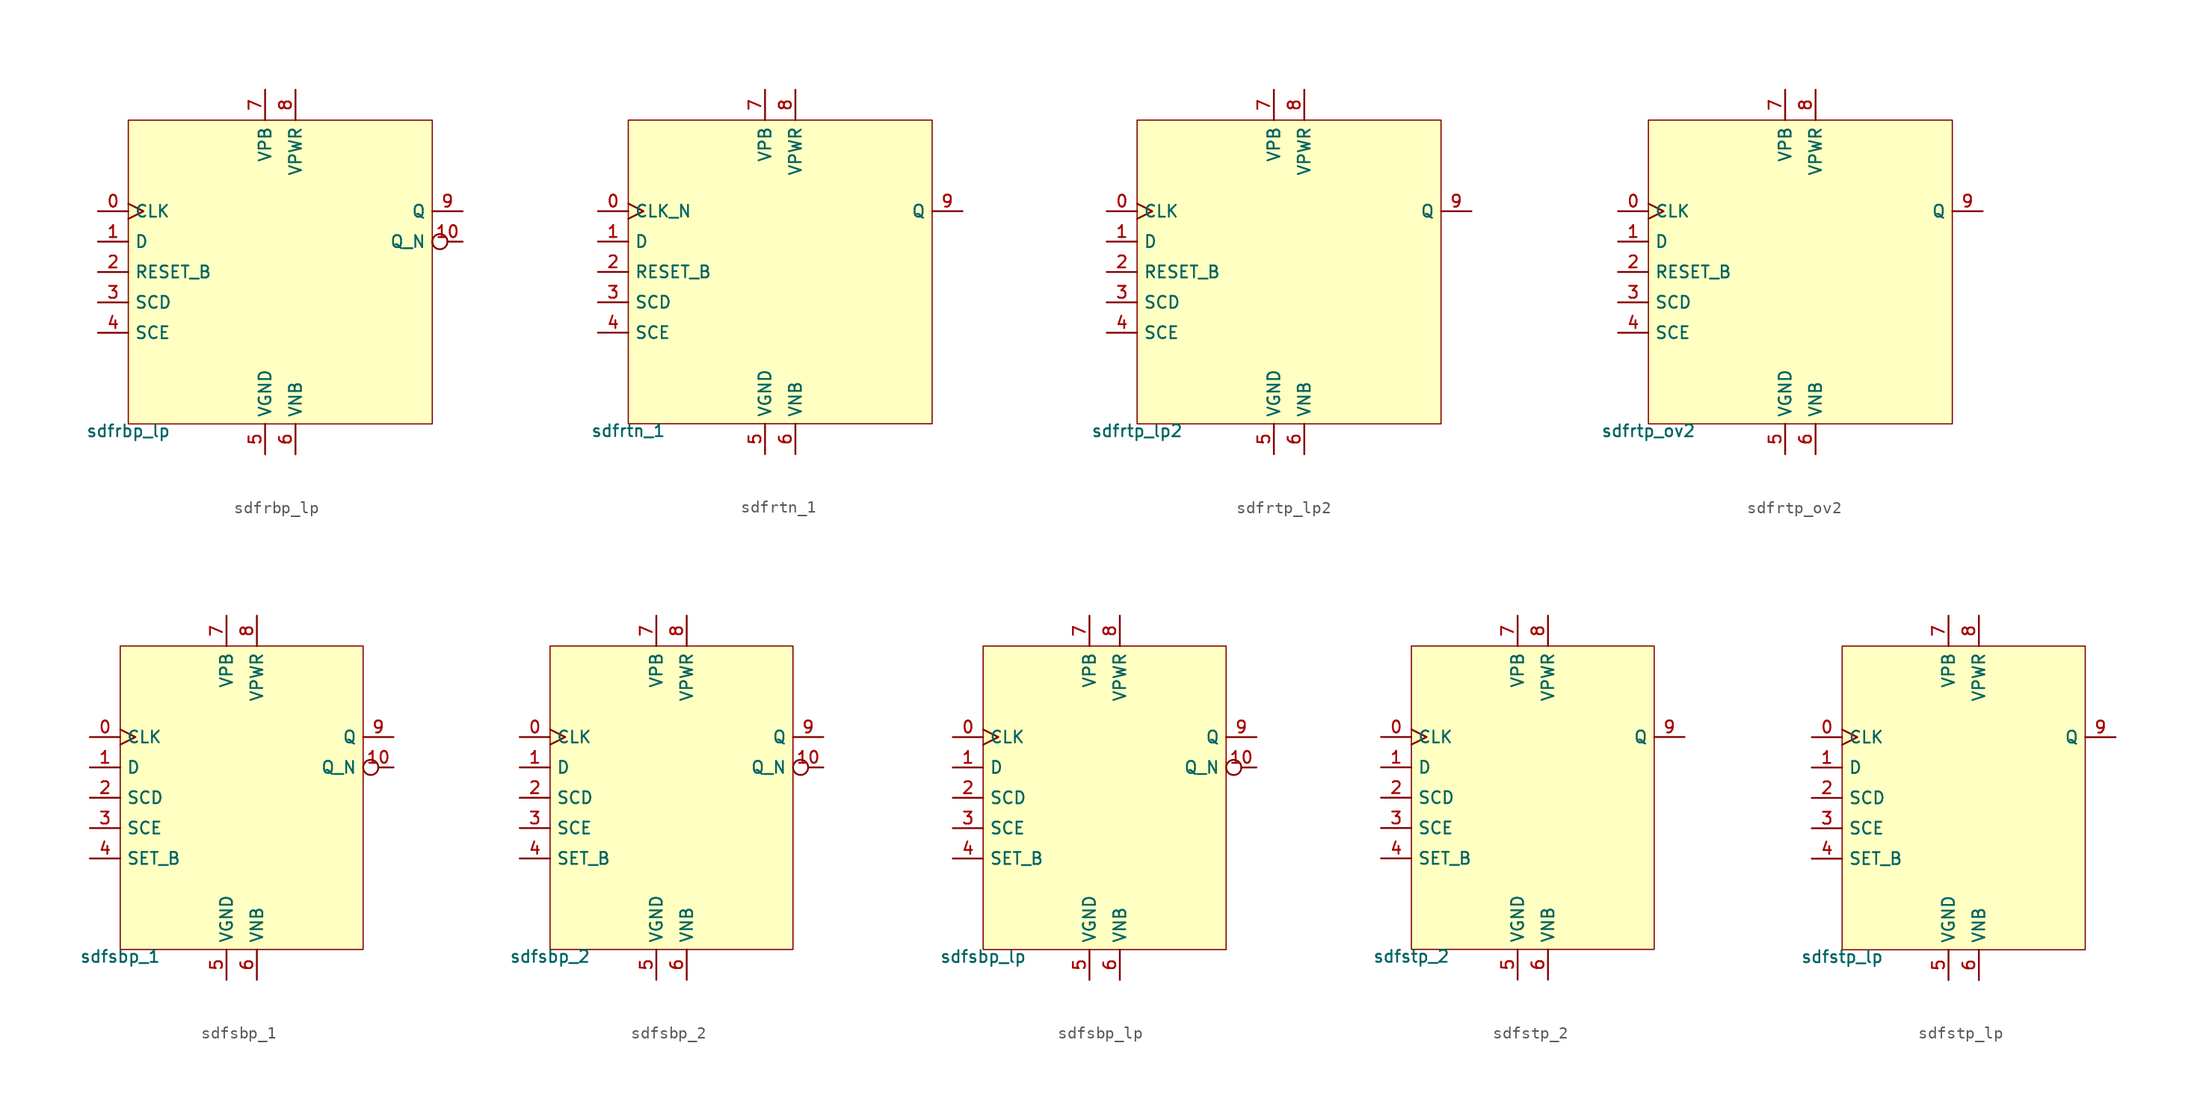
<source format=kicad_sym>
(kicad_symbol_lib
  (version 20211014)
  (generator pdk2kicad)
  (symbol "sdfrbp_lp"
    (property "Reference" "X"
      (at 0 0 0)
      (effects (font (size 1 1)) hide))
    (property "Value" "sdfrbp_lp"
      (at -12.7 -12.7 0)
      (effects (font (size 1 1)) (justify top)))
    (rectangle
      (start -12.7 -12.7)
      (end 12.7 12.7)
      (stroke (width 0.1) (type solid) (color 0 0 0 0))
      (fill (type background)))
    (pin input clock
      (at -15.24 5.08 0)
      (length 2.54)
      (name "CLK" (effects (font (size 1 1)) hide))
      (number "0" (effects (font (size 1 1)) hide)))
    (pin input line
      (at -15.24 2.54 0)
      (length 2.54)
      (name "D" (effects (font (size 1 1)) hide))
      (number "1" (effects (font (size 1 1)) hide)))
    (pin input line
      (at -15.24 -8.881784197001252e-16 0)
      (length 2.54)
      (name "RESET_B" (effects (font (size 1 1)) hide))
      (number "2" (effects (font (size 1 1)) hide)))
    (pin input line
      (at -15.24 -2.54 0)
      (length 2.54)
      (name "SCD" (effects (font (size 1 1)) hide))
      (number "3" (effects (font (size 1 1)) hide)))
    (pin input line
      (at -15.24 -5.08 0)
      (length 2.54)
      (name "SCE" (effects (font (size 1 1)) hide))
      (number "4" (effects (font (size 1 1)) hide)))
    (pin power_in line
      (at -1.27 -15.24 90)
      (length 2.54)
      (name "VGND" (effects (font (size 1 1)) hide))
      (number "5" (effects (font (size 1 1)) hide)))
    (pin power_in line
      (at 1.27 -15.24 90)
      (length 2.54)
      (name "VNB" (effects (font (size 1 1)) hide))
      (number "6" (effects (font (size 1 1)) hide)))
    (pin power_in line
      (at -1.27 15.24 270)
      (length 2.54)
      (name "VPB" (effects (font (size 1 1)) hide))
      (number "7" (effects (font (size 1 1)) hide)))
    (pin power_in line
      (at 1.27 15.24 270)
      (length 2.54)
      (name "VPWR" (effects (font (size 1 1)) hide))
      (number "8" (effects (font (size 1 1)) hide)))
    (pin output line
      (at 15.24 5.08 180)
      (length 2.54)
      (name "Q" (effects (font (size 1 1)) hide))
      (number "9" (effects (font (size 1 1)) hide)))
    (pin output inverted
      (at 15.24 2.54 180)
      (length 2.54)
      (name "Q_N" (effects (font (size 1 1)) hide))
      (number "10" (effects (font (size 1 1)) hide))))
  (symbol "sdfrtn_1"
    (property "Reference" "X"
      (at 0 0 0)
      (effects (font (size 1 1)) hide))
    (property "Value" "sdfrtn_1"
      (at -12.7 -12.7 0)
      (effects (font (size 1 1)) (justify top)))
    (rectangle
      (start -12.7 -12.7)
      (end 12.7 12.7)
      (stroke (width 0.1) (type solid) (color 0 0 0 0))
      (fill (type background)))
    (pin input clock
      (at -15.24 5.08 0)
      (length 2.54)
      (name "CLK_N" (effects (font (size 1 1)) hide))
      (number "0" (effects (font (size 1 1)) hide)))
    (pin input line
      (at -15.24 2.54 0)
      (length 2.54)
      (name "D" (effects (font (size 1 1)) hide))
      (number "1" (effects (font (size 1 1)) hide)))
    (pin input line
      (at -15.24 -8.881784197001252e-16 0)
      (length 2.54)
      (name "RESET_B" (effects (font (size 1 1)) hide))
      (number "2" (effects (font (size 1 1)) hide)))
    (pin input line
      (at -15.24 -2.54 0)
      (length 2.54)
      (name "SCD" (effects (font (size 1 1)) hide))
      (number "3" (effects (font (size 1 1)) hide)))
    (pin input line
      (at -15.24 -5.08 0)
      (length 2.54)
      (name "SCE" (effects (font (size 1 1)) hide))
      (number "4" (effects (font (size 1 1)) hide)))
    (pin power_in line
      (at -1.27 -15.24 90)
      (length 2.54)
      (name "VGND" (effects (font (size 1 1)) hide))
      (number "5" (effects (font (size 1 1)) hide)))
    (pin power_in line
      (at 1.27 -15.24 90)
      (length 2.54)
      (name "VNB" (effects (font (size 1 1)) hide))
      (number "6" (effects (font (size 1 1)) hide)))
    (pin power_in line
      (at -1.27 15.24 270)
      (length 2.54)
      (name "VPB" (effects (font (size 1 1)) hide))
      (number "7" (effects (font (size 1 1)) hide)))
    (pin power_in line
      (at 1.27 15.24 270)
      (length 2.54)
      (name "VPWR" (effects (font (size 1 1)) hide))
      (number "8" (effects (font (size 1 1)) hide)))
    (pin output line
      (at 15.24 5.08 180)
      (length 2.54)
      (name "Q" (effects (font (size 1 1)) hide))
      (number "9" (effects (font (size 1 1)) hide))))
  (symbol "sdfrtp_lp2"
    (property "Reference" "X"
      (at 0 0 0)
      (effects (font (size 1 1)) hide))
    (property "Value" "sdfrtp_lp2"
      (at -12.7 -12.7 0)
      (effects (font (size 1 1)) (justify top)))
    (rectangle
      (start -12.7 -12.7)
      (end 12.7 12.7)
      (stroke (width 0.1) (type solid) (color 0 0 0 0))
      (fill (type background)))
    (pin input clock
      (at -15.24 5.08 0)
      (length 2.54)
      (name "CLK" (effects (font (size 1 1)) hide))
      (number "0" (effects (font (size 1 1)) hide)))
    (pin input line
      (at -15.24 2.54 0)
      (length 2.54)
      (name "D" (effects (font (size 1 1)) hide))
      (number "1" (effects (font (size 1 1)) hide)))
    (pin input line
      (at -15.24 -8.881784197001252e-16 0)
      (length 2.54)
      (name "RESET_B" (effects (font (size 1 1)) hide))
      (number "2" (effects (font (size 1 1)) hide)))
    (pin input line
      (at -15.24 -2.54 0)
      (length 2.54)
      (name "SCD" (effects (font (size 1 1)) hide))
      (number "3" (effects (font (size 1 1)) hide)))
    (pin input line
      (at -15.24 -5.08 0)
      (length 2.54)
      (name "SCE" (effects (font (size 1 1)) hide))
      (number "4" (effects (font (size 1 1)) hide)))
    (pin power_in line
      (at -1.27 -15.24 90)
      (length 2.54)
      (name "VGND" (effects (font (size 1 1)) hide))
      (number "5" (effects (font (size 1 1)) hide)))
    (pin power_in line
      (at 1.27 -15.24 90)
      (length 2.54)
      (name "VNB" (effects (font (size 1 1)) hide))
      (number "6" (effects (font (size 1 1)) hide)))
    (pin power_in line
      (at -1.27 15.24 270)
      (length 2.54)
      (name "VPB" (effects (font (size 1 1)) hide))
      (number "7" (effects (font (size 1 1)) hide)))
    (pin power_in line
      (at 1.27 15.24 270)
      (length 2.54)
      (name "VPWR" (effects (font (size 1 1)) hide))
      (number "8" (effects (font (size 1 1)) hide)))
    (pin output line
      (at 15.24 5.08 180)
      (length 2.54)
      (name "Q" (effects (font (size 1 1)) hide))
      (number "9" (effects (font (size 1 1)) hide))))
  (symbol "sdfrtp_ov2"
    (property "Reference" "X"
      (at 0 0 0)
      (effects (font (size 1 1)) hide))
    (property "Value" "sdfrtp_ov2"
      (at -12.7 -12.7 0)
      (effects (font (size 1 1)) (justify top)))
    (rectangle
      (start -12.7 -12.7)
      (end 12.7 12.7)
      (stroke (width 0.1) (type solid) (color 0 0 0 0))
      (fill (type background)))
    (pin input clock
      (at -15.24 5.08 0)
      (length 2.54)
      (name "CLK" (effects (font (size 1 1)) hide))
      (number "0" (effects (font (size 1 1)) hide)))
    (pin input line
      (at -15.24 2.54 0)
      (length 2.54)
      (name "D" (effects (font (size 1 1)) hide))
      (number "1" (effects (font (size 1 1)) hide)))
    (pin input line
      (at -15.24 -8.881784197001252e-16 0)
      (length 2.54)
      (name "RESET_B" (effects (font (size 1 1)) hide))
      (number "2" (effects (font (size 1 1)) hide)))
    (pin input line
      (at -15.24 -2.54 0)
      (length 2.54)
      (name "SCD" (effects (font (size 1 1)) hide))
      (number "3" (effects (font (size 1 1)) hide)))
    (pin input line
      (at -15.24 -5.08 0)
      (length 2.54)
      (name "SCE" (effects (font (size 1 1)) hide))
      (number "4" (effects (font (size 1 1)) hide)))
    (pin power_in line
      (at -1.27 -15.24 90)
      (length 2.54)
      (name "VGND" (effects (font (size 1 1)) hide))
      (number "5" (effects (font (size 1 1)) hide)))
    (pin power_in line
      (at 1.27 -15.24 90)
      (length 2.54)
      (name "VNB" (effects (font (size 1 1)) hide))
      (number "6" (effects (font (size 1 1)) hide)))
    (pin power_in line
      (at -1.27 15.24 270)
      (length 2.54)
      (name "VPB" (effects (font (size 1 1)) hide))
      (number "7" (effects (font (size 1 1)) hide)))
    (pin power_in line
      (at 1.27 15.24 270)
      (length 2.54)
      (name "VPWR" (effects (font (size 1 1)) hide))
      (number "8" (effects (font (size 1 1)) hide)))
    (pin output line
      (at 15.24 5.08 180)
      (length 2.54)
      (name "Q" (effects (font (size 1 1)) hide))
      (number "9" (effects (font (size 1 1)) hide))))
  (symbol "sdfsbp_1"
    (property "Reference" "X"
      (at 0 0 0)
      (effects (font (size 1 1)) hide))
    (property "Value" "sdfsbp_1"
      (at -10.16 -12.7 0)
      (effects (font (size 1 1)) (justify top)))
    (rectangle
      (start -10.16 -12.7)
      (end 10.16 12.7)
      (stroke (width 0.1) (type solid) (color 0 0 0 0))
      (fill (type background)))
    (pin input clock
      (at -12.7 5.08 0)
      (length 2.54)
      (name "CLK" (effects (font (size 1 1)) hide))
      (number "0" (effects (font (size 1 1)) hide)))
    (pin input line
      (at -12.7 2.54 0)
      (length 2.54)
      (name "D" (effects (font (size 1 1)) hide))
      (number "1" (effects (font (size 1 1)) hide)))
    (pin input line
      (at -12.7 -8.881784197001252e-16 0)
      (length 2.54)
      (name "SCD" (effects (font (size 1 1)) hide))
      (number "2" (effects (font (size 1 1)) hide)))
    (pin input line
      (at -12.7 -2.54 0)
      (length 2.54)
      (name "SCE" (effects (font (size 1 1)) hide))
      (number "3" (effects (font (size 1 1)) hide)))
    (pin input line
      (at -12.7 -5.08 0)
      (length 2.54)
      (name "SET_B" (effects (font (size 1 1)) hide))
      (number "4" (effects (font (size 1 1)) hide)))
    (pin power_in line
      (at -1.27 -15.24 90)
      (length 2.54)
      (name "VGND" (effects (font (size 1 1)) hide))
      (number "5" (effects (font (size 1 1)) hide)))
    (pin power_in line
      (at 1.27 -15.24 90)
      (length 2.54)
      (name "VNB" (effects (font (size 1 1)) hide))
      (number "6" (effects (font (size 1 1)) hide)))
    (pin power_in line
      (at -1.27 15.24 270)
      (length 2.54)
      (name "VPB" (effects (font (size 1 1)) hide))
      (number "7" (effects (font (size 1 1)) hide)))
    (pin power_in line
      (at 1.27 15.24 270)
      (length 2.54)
      (name "VPWR" (effects (font (size 1 1)) hide))
      (number "8" (effects (font (size 1 1)) hide)))
    (pin output line
      (at 12.7 5.08 180)
      (length 2.54)
      (name "Q" (effects (font (size 1 1)) hide))
      (number "9" (effects (font (size 1 1)) hide)))
    (pin output inverted
      (at 12.7 2.54 180)
      (length 2.54)
      (name "Q_N" (effects (font (size 1 1)) hide))
      (number "10" (effects (font (size 1 1)) hide))))
  (symbol "sdfsbp_2"
    (property "Reference" "X"
      (at 0 0 0)
      (effects (font (size 1 1)) hide))
    (property "Value" "sdfsbp_2"
      (at -10.16 -12.7 0)
      (effects (font (size 1 1)) (justify top)))
    (rectangle
      (start -10.16 -12.7)
      (end 10.16 12.7)
      (stroke (width 0.1) (type solid) (color 0 0 0 0))
      (fill (type background)))
    (pin input clock
      (at -12.7 5.08 0)
      (length 2.54)
      (name "CLK" (effects (font (size 1 1)) hide))
      (number "0" (effects (font (size 1 1)) hide)))
    (pin input line
      (at -12.7 2.54 0)
      (length 2.54)
      (name "D" (effects (font (size 1 1)) hide))
      (number "1" (effects (font (size 1 1)) hide)))
    (pin input line
      (at -12.7 -8.881784197001252e-16 0)
      (length 2.54)
      (name "SCD" (effects (font (size 1 1)) hide))
      (number "2" (effects (font (size 1 1)) hide)))
    (pin input line
      (at -12.7 -2.54 0)
      (length 2.54)
      (name "SCE" (effects (font (size 1 1)) hide))
      (number "3" (effects (font (size 1 1)) hide)))
    (pin input line
      (at -12.7 -5.08 0)
      (length 2.54)
      (name "SET_B" (effects (font (size 1 1)) hide))
      (number "4" (effects (font (size 1 1)) hide)))
    (pin power_in line
      (at -1.27 -15.24 90)
      (length 2.54)
      (name "VGND" (effects (font (size 1 1)) hide))
      (number "5" (effects (font (size 1 1)) hide)))
    (pin power_in line
      (at 1.27 -15.24 90)
      (length 2.54)
      (name "VNB" (effects (font (size 1 1)) hide))
      (number "6" (effects (font (size 1 1)) hide)))
    (pin power_in line
      (at -1.27 15.24 270)
      (length 2.54)
      (name "VPB" (effects (font (size 1 1)) hide))
      (number "7" (effects (font (size 1 1)) hide)))
    (pin power_in line
      (at 1.27 15.24 270)
      (length 2.54)
      (name "VPWR" (effects (font (size 1 1)) hide))
      (number "8" (effects (font (size 1 1)) hide)))
    (pin output line
      (at 12.7 5.08 180)
      (length 2.54)
      (name "Q" (effects (font (size 1 1)) hide))
      (number "9" (effects (font (size 1 1)) hide)))
    (pin output inverted
      (at 12.7 2.54 180)
      (length 2.54)
      (name "Q_N" (effects (font (size 1 1)) hide))
      (number "10" (effects (font (size 1 1)) hide))))
  (symbol "sdfsbp_lp"
    (property "Reference" "X"
      (at 0 0 0)
      (effects (font (size 1 1)) hide))
    (property "Value" "sdfsbp_lp"
      (at -10.16 -12.7 0)
      (effects (font (size 1 1)) (justify top)))
    (rectangle
      (start -10.16 -12.7)
      (end 10.16 12.7)
      (stroke (width 0.1) (type solid) (color 0 0 0 0))
      (fill (type background)))
    (pin input clock
      (at -12.7 5.08 0)
      (length 2.54)
      (name "CLK" (effects (font (size 1 1)) hide))
      (number "0" (effects (font (size 1 1)) hide)))
    (pin input line
      (at -12.7 2.54 0)
      (length 2.54)
      (name "D" (effects (font (size 1 1)) hide))
      (number "1" (effects (font (size 1 1)) hide)))
    (pin input line
      (at -12.7 -8.881784197001252e-16 0)
      (length 2.54)
      (name "SCD" (effects (font (size 1 1)) hide))
      (number "2" (effects (font (size 1 1)) hide)))
    (pin input line
      (at -12.7 -2.54 0)
      (length 2.54)
      (name "SCE" (effects (font (size 1 1)) hide))
      (number "3" (effects (font (size 1 1)) hide)))
    (pin input line
      (at -12.7 -5.08 0)
      (length 2.54)
      (name "SET_B" (effects (font (size 1 1)) hide))
      (number "4" (effects (font (size 1 1)) hide)))
    (pin power_in line
      (at -1.27 -15.24 90)
      (length 2.54)
      (name "VGND" (effects (font (size 1 1)) hide))
      (number "5" (effects (font (size 1 1)) hide)))
    (pin power_in line
      (at 1.27 -15.24 90)
      (length 2.54)
      (name "VNB" (effects (font (size 1 1)) hide))
      (number "6" (effects (font (size 1 1)) hide)))
    (pin power_in line
      (at -1.27 15.24 270)
      (length 2.54)
      (name "VPB" (effects (font (size 1 1)) hide))
      (number "7" (effects (font (size 1 1)) hide)))
    (pin power_in line
      (at 1.27 15.24 270)
      (length 2.54)
      (name "VPWR" (effects (font (size 1 1)) hide))
      (number "8" (effects (font (size 1 1)) hide)))
    (pin output line
      (at 12.7 5.08 180)
      (length 2.54)
      (name "Q" (effects (font (size 1 1)) hide))
      (number "9" (effects (font (size 1 1)) hide)))
    (pin output inverted
      (at 12.7 2.54 180)
      (length 2.54)
      (name "Q_N" (effects (font (size 1 1)) hide))
      (number "10" (effects (font (size 1 1)) hide))))
  (symbol "sdfstp_2"
    (property "Reference" "X"
      (at 0 0 0)
      (effects (font (size 1 1)) hide))
    (property "Value" "sdfstp_2"
      (at -10.16 -12.7 0)
      (effects (font (size 1 1)) (justify top)))
    (rectangle
      (start -10.16 -12.7)
      (end 10.16 12.7)
      (stroke (width 0.1) (type solid) (color 0 0 0 0))
      (fill (type background)))
    (pin input clock
      (at -12.7 5.08 0)
      (length 2.54)
      (name "CLK" (effects (font (size 1 1)) hide))
      (number "0" (effects (font (size 1 1)) hide)))
    (pin input line
      (at -12.7 2.54 0)
      (length 2.54)
      (name "D" (effects (font (size 1 1)) hide))
      (number "1" (effects (font (size 1 1)) hide)))
    (pin input line
      (at -12.7 -8.881784197001252e-16 0)
      (length 2.54)
      (name "SCD" (effects (font (size 1 1)) hide))
      (number "2" (effects (font (size 1 1)) hide)))
    (pin input line
      (at -12.7 -2.54 0)
      (length 2.54)
      (name "SCE" (effects (font (size 1 1)) hide))
      (number "3" (effects (font (size 1 1)) hide)))
    (pin input line
      (at -12.7 -5.08 0)
      (length 2.54)
      (name "SET_B" (effects (font (size 1 1)) hide))
      (number "4" (effects (font (size 1 1)) hide)))
    (pin power_in line
      (at -1.27 -15.24 90)
      (length 2.54)
      (name "VGND" (effects (font (size 1 1)) hide))
      (number "5" (effects (font (size 1 1)) hide)))
    (pin power_in line
      (at 1.27 -15.24 90)
      (length 2.54)
      (name "VNB" (effects (font (size 1 1)) hide))
      (number "6" (effects (font (size 1 1)) hide)))
    (pin power_in line
      (at -1.27 15.24 270)
      (length 2.54)
      (name "VPB" (effects (font (size 1 1)) hide))
      (number "7" (effects (font (size 1 1)) hide)))
    (pin power_in line
      (at 1.27 15.24 270)
      (length 2.54)
      (name "VPWR" (effects (font (size 1 1)) hide))
      (number "8" (effects (font (size 1 1)) hide)))
    (pin output line
      (at 12.7 5.08 180)
      (length 2.54)
      (name "Q" (effects (font (size 1 1)) hide))
      (number "9" (effects (font (size 1 1)) hide))))
  (symbol "sdfstp_lp"
    (property "Reference" "X"
      (at 0 0 0)
      (effects (font (size 1 1)) hide))
    (property "Value" "sdfstp_lp"
      (at -10.16 -12.7 0)
      (effects (font (size 1 1)) (justify top)))
    (rectangle
      (start -10.16 -12.7)
      (end 10.16 12.7)
      (stroke (width 0.1) (type solid) (color 0 0 0 0))
      (fill (type background)))
    (pin input clock
      (at -12.7 5.08 0)
      (length 2.54)
      (name "CLK" (effects (font (size 1 1)) hide))
      (number "0" (effects (font (size 1 1)) hide)))
    (pin input line
      (at -12.7 2.54 0)
      (length 2.54)
      (name "D" (effects (font (size 1 1)) hide))
      (number "1" (effects (font (size 1 1)) hide)))
    (pin input line
      (at -12.7 -8.881784197001252e-16 0)
      (length 2.54)
      (name "SCD" (effects (font (size 1 1)) hide))
      (number "2" (effects (font (size 1 1)) hide)))
    (pin input line
      (at -12.7 -2.54 0)
      (length 2.54)
      (name "SCE" (effects (font (size 1 1)) hide))
      (number "3" (effects (font (size 1 1)) hide)))
    (pin input line
      (at -12.7 -5.08 0)
      (length 2.54)
      (name "SET_B" (effects (font (size 1 1)) hide))
      (number "4" (effects (font (size 1 1)) hide)))
    (pin power_in line
      (at -1.27 -15.24 90)
      (length 2.54)
      (name "VGND" (effects (font (size 1 1)) hide))
      (number "5" (effects (font (size 1 1)) hide)))
    (pin power_in line
      (at 1.27 -15.24 90)
      (length 2.54)
      (name "VNB" (effects (font (size 1 1)) hide))
      (number "6" (effects (font (size 1 1)) hide)))
    (pin power_in line
      (at -1.27 15.24 270)
      (length 2.54)
      (name "VPB" (effects (font (size 1 1)) hide))
      (number "7" (effects (font (size 1 1)) hide)))
    (pin power_in line
      (at 1.27 15.24 270)
      (length 2.54)
      (name "VPWR" (effects (font (size 1 1)) hide))
      (number "8" (effects (font (size 1 1)) hide)))
    (pin output line
      (at 12.7 5.08 180)
      (length 2.54)
      (name "Q" (effects (font (size 1 1)) hide))
      (number "9" (effects (font (size 1 1)) hide)))))
</source>
